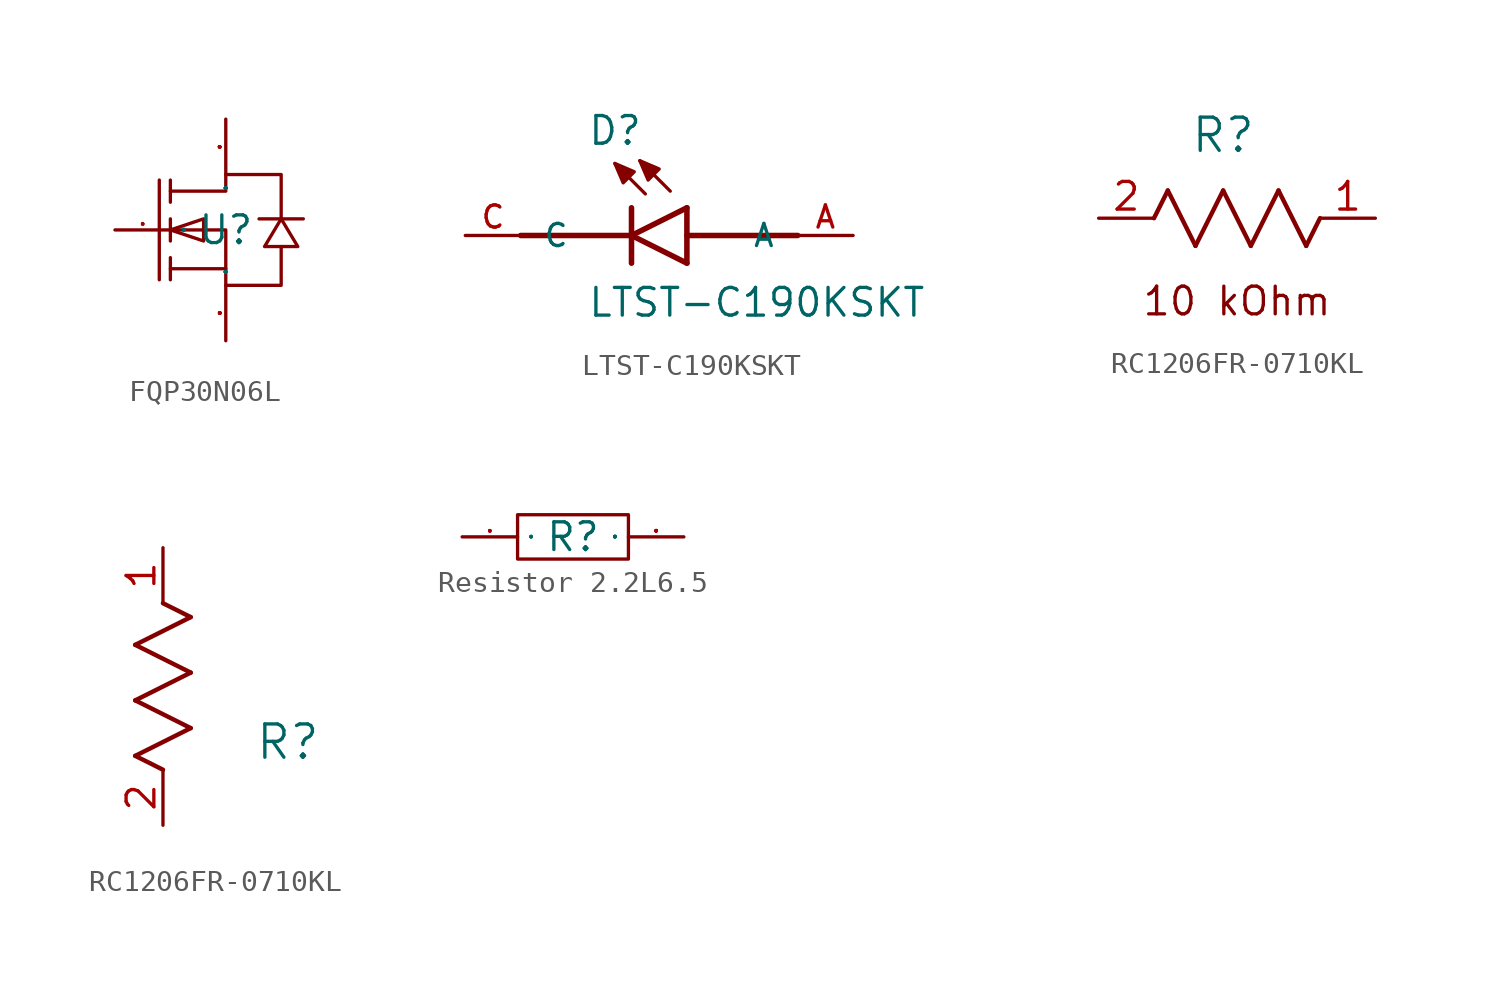
<source format=kicad_sym>
(kicad_symbol_lib
  (version 20241209)
  (generator "kicad_symbol_editor")
  (generator_version "9.0")
  (symbol "FQP30N06L"
    (property "Reference" "U"
      (at 0 0 0)
      (effects (font (size 1.27 1.27))))
    (property "Value" ""
      (at 0 0 0)
      (effects (font (size 1.27 1.27))))
    (symbol "FQP30N06L_1_0"
      (polyline (pts (xy -3.048 2.286) (xy -3.048 -2.286)) (stroke (width 0) (type default)) (fill (type none)))
      (polyline (pts (xy -2.54 2.286) (xy -2.54 1.27)) (stroke (width 0) (type default)) (fill (type none)))
      (polyline (pts (xy -2.54 1.778) (xy 0 1.778) (xy 0 1.778) (xy 0 2.54) (xy 0 2.54) (xy 2.54 2.54) (xy 2.54 2.54) (xy 2.54 0.508)) (stroke (width 0) (type default)) (fill (type none)))
      (polyline (pts (xy -2.54 0) (xy -1.016 -0.508) (xy -1.016 -0.508) (xy -1.016 0.508) (xy -1.016 0.508) (xy -2.54 0)) (stroke (width 0) (type default)) (fill (type none)))
      (polyline (pts (xy -2.54 0) (xy 0 0) (xy 0 0) (xy 0 -2.54) (xy 0 -2.54) (xy 2.54 -2.54) (xy 2.54 -2.54) (xy 2.54 -0.762)) (stroke (width 0) (type default)) (fill (type none)))
      (polyline (pts (xy -2.54 -0.508) (xy -2.54 0.508)) (stroke (width 0) (type default)) (fill (type none)))
      (polyline (pts (xy -2.54 -2.286) (xy -2.54 -1.27)) (stroke (width 0) (type default)) (fill (type none)))
      (polyline (pts (xy 0 -1.778) (xy -2.54 -1.778)) (stroke (width 0) (type default)) (fill (type none)))
      (polyline (pts (xy 2.54 0.508) (xy 1.778 -0.762) (xy 1.778 -0.762) (xy 3.302 -0.762) (xy 3.302 -0.762) (xy 2.54 0.508)) (stroke (width 0) (type default)) (fill (type none)))
      (polyline (pts (xy 3.556 0.508) (xy 3.048 0.508) (xy 3.048 0.508) (xy 2.032 0.508) (xy 2.032 0.508) (xy 1.524 0.508)) (stroke (width 0) (type default)) (fill (type none)))
      (pin unspecified line (at -5.08 0 0) (length 2.54) (name "G" (effects (font (size 0.025 0.025)))) (number "1" (effects (font (size 0.025 0.025)))))
      (pin unspecified line (at 0 5.08 270) (length 2.54) (name "D" (effects (font (size 0.025 0.025)))) (number "2" (effects (font (size 0.025 0.025)))))
      (pin unspecified line (at 0 -5.08 90) (length 2.54) (name "S" (effects (font (size 0.025 0.025)))) (number "3" (effects (font (size 0.025 0.025)))))))
  (symbol "LTST-C190KSKT"
    (pin_names
      (offset 1.016))
    (property "Reference" "D"
      (at -2.033 4.066 0)
      (effects (font (size 1.27 1.27)) (justify left bottom)))
    (property "Value" "LTST-C190KSKT"
      (at -2.034 -3.814 0)
      (effects (font (size 1.27 1.27)) (justify left bottom)))
    (symbol "LTST-C190KSKT_0_0"
      (polyline (pts (xy -5.08 0) (xy 0 0)) (stroke (width 0.254) (type default)) (fill (type none)))
      (polyline (pts (xy -0.762 3.302) (xy 0.127 2.921) (xy -0.381 2.413) (xy -0.762 3.302)) (stroke (width 0.152) (type default)) (fill (type outline)))
      (polyline (pts (xy 0 0) (xy 0 1.27)) (stroke (width 0.254) (type default)) (fill (type none)))
      (polyline (pts (xy 0 0) (xy 2.54 1.27)) (stroke (width 0.254) (type default)) (fill (type none)))
      (polyline (pts (xy 0 -1.27) (xy 0 0)) (stroke (width 0.254) (type default)) (fill (type none)))
      (polyline (pts (xy 0.381 3.429) (xy 1.27 3.048) (xy 0.762 2.54) (xy 0.381 3.429)) (stroke (width 0.152) (type default)) (fill (type outline)))
      (polyline (pts (xy 0.635 1.905) (xy -0.762 3.302)) (stroke (width 0.152) (type default)) (fill (type none)))
      (polyline (pts (xy 1.778 2.032) (xy 0.381 3.429)) (stroke (width 0.152) (type default)) (fill (type none)))
      (polyline (pts (xy 2.54 0) (xy 7.62 0)) (stroke (width 0.254) (type default)) (fill (type none)))
      (polyline (pts (xy 2.54 -1.27) (xy 0 0)) (stroke (width 0.254) (type default)) (fill (type none)))
      (polyline (pts (xy 2.54 -1.27) (xy 2.54 1.27)) (stroke (width 0.254) (type default)) (fill (type none)))
      (pin passive line (at -7.62 0 0) (length 2.54) (name "C" (effects (font (size 1.016 1.016)))) (number "C" (effects (font (size 1.016 1.016)))))
      (pin passive line (at 10.16 0 180) (length 2.54) (name "A" (effects (font (size 1.016 1.016)))) (number "A" (effects (font (size 1.016 1.016)))))))
  (symbol "RC1206FR-0710KL"
    (pin_names
      (offset 0.254))
    (property "Reference" "R"
      (at 5.715 3.81 0)
      (effects (font (size 1.524 1.524))))
    (property "ki_locked" ""
      (at 0 0 0)
      (effects (font (size 1.27 1.27))))
    (symbol "RC1206FR-0710KL_1_1"
      (polyline (pts (xy 2.54 0) (xy 3.175 1.27)) (stroke (width 0.203) (type default)) (fill (type none)))
      (polyline (pts (xy 3.175 1.27) (xy 4.445 -1.27)) (stroke (width 0.203) (type default)) (fill (type none)))
      (polyline (pts (xy 4.445 -1.27) (xy 5.715 1.27)) (stroke (width 0.203) (type default)) (fill (type none)))
      (polyline (pts (xy 5.715 1.27) (xy 6.985 -1.27)) (stroke (width 0.203) (type default)) (fill (type none)))
      (polyline (pts (xy 6.985 -1.27) (xy 8.255 1.27)) (stroke (width 0.203) (type default)) (fill (type none)))
      (polyline (pts (xy 8.255 1.27) (xy 9.525 -1.27)) (stroke (width 0.203) (type default)) (fill (type none)))
      (polyline (pts (xy 9.525 -1.27) (xy 10.16 0)) (stroke (width 0.203) (type default)) (fill (type none)))
      (text "10 kOhm" (at 6.35 -3.81 0) (effects (font (size 1.27 1.27))))
      (pin unspecified line (at 0 0 0) (length 2.54) (name "" (effects (font (size 1.27 1.27)))) (number "2" (effects (font (size 1.27 1.27)))))
      (pin unspecified line (at 12.7 0 180) (length 2.54) (name "" (effects (font (size 1.27 1.27)))) (number "1" (effects (font (size 1.27 1.27))))))
    (symbol "RC1206FR-0710KL_1_2"
      (polyline (pts (xy -1.27 8.255) (xy 1.27 9.525)) (stroke (width 0.203) (type default)) (fill (type none)))
      (polyline (pts (xy -1.27 5.715) (xy 1.27 6.985)) (stroke (width 0.203) (type default)) (fill (type none)))
      (polyline (pts (xy -1.27 3.175) (xy 1.27 4.445)) (stroke (width 0.203) (type default)) (fill (type none)))
      (polyline (pts (xy 0 2.54) (xy -1.27 3.175)) (stroke (width 0.203) (type default)) (fill (type none)))
      (polyline (pts (xy 1.27 9.525) (xy 0 10.16)) (stroke (width 0.203) (type default)) (fill (type none)))
      (polyline (pts (xy 1.27 6.985) (xy -1.27 8.255)) (stroke (width 0.203) (type default)) (fill (type none)))
      (polyline (pts (xy 1.27 4.445) (xy -1.27 5.715)) (stroke (width 0.203) (type default)) (fill (type none)))
      (pin unspecified line (at 0 12.7 270) (length 2.54) (name "" (effects (font (size 1.27 1.27)))) (number "1" (effects (font (size 1.27 1.27)))))
      (pin unspecified line (at 0 0 90) (length 2.54) (name "" (effects (font (size 1.27 1.27)))) (number "2" (effects (font (size 1.27 1.27)))))))
  (symbol "Resistor 2.2L6.5"
    (property "Reference" "R"
      (at 0 0 0)
      (effects (font (size 1.27 1.27))))
    (symbol "Resistor 2.2L6.5_1_0"
      (rectangle (start -2.54 -1.016) (end 2.54 1.016) (stroke (width 0) (type default)) (fill (type none)))
      (pin input line (at -5.08 0 0) (length 2.54) (name "1" (effects (font (size 0.025 0.025)))) (number "1" (effects (font (size 0.025 0.025)))))
      (pin input line (at 5.08 0 180) (length 2.54) (name "2" (effects (font (size 0.025 0.025)))) (number "2" (effects (font (size 0.025 0.025))))))))
</source>
